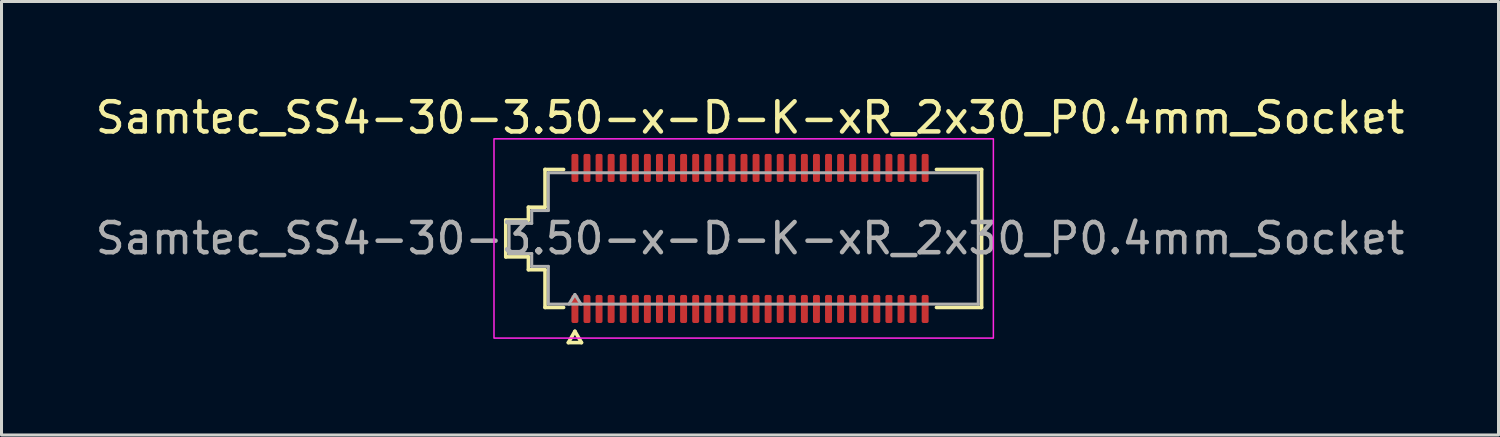
<source format=kicad_pcb>
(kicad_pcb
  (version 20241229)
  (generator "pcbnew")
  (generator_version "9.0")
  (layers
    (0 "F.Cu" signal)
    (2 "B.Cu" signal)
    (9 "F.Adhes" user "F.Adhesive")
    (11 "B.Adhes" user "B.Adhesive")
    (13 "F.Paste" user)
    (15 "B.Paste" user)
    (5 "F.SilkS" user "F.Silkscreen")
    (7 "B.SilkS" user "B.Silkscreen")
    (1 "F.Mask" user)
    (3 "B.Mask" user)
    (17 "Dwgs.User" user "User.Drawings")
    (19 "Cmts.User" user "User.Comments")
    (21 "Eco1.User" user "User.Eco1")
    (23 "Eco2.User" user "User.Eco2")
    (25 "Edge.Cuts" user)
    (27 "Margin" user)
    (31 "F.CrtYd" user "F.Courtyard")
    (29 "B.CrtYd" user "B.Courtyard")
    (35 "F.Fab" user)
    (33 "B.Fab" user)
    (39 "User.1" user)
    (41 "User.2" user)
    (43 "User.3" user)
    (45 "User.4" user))
  (footprint "Samtec_SS4-30-3.50-x-D-K-xR_2x30_P0.4mm_Socket"
    (layer "F.Cu")
    (at 21.792 4.848)
    (property "Reference" "Samtec_SS4-30-3.50-x-D-K-xR_2x30_P0.4mm_Socket" (at 0 -4 0) (layer "F.SilkS") (effects (font (size 1 1) (thickness 0.15))))
    (attr smd)
    (fp_line (start -8.09 -0.61) (end -7.34 -0.61) (stroke (width 0.12) (type solid)) (layer "F.SilkS"))
    (fp_line (start -8.09 0.61) (end -8.09 -0.61) (stroke (width 0.12) (type solid)) (layer "F.SilkS"))
    (fp_line (start -7.34 -1.035) (end -6.79 -1.035) (stroke (width 0.12) (type solid)) (layer "F.SilkS"))
    (fp_line (start -7.34 -0.61) (end -7.34 -1.035) (stroke (width 0.12) (type solid)) (layer "F.SilkS"))
    (fp_line (start -7.34 0.61) (end -8.09 0.61) (stroke (width 0.12) (type solid)) (layer "F.SilkS"))
    (fp_line (start -7.34 1.035) (end -7.34 0.61) (stroke (width 0.12) (type solid)) (layer "F.SilkS"))
    (fp_line (start -6.79 -2.285) (end -6.175 -2.285) (stroke (width 0.12) (type solid)) (layer "F.SilkS"))
    (fp_line (start -6.79 -1.035) (end -6.79 -2.285) (stroke (width 0.12) (type solid)) (layer "F.SilkS"))
    (fp_line (start -6.79 1.035) (end -7.34 1.035) (stroke (width 0.12) (type solid)) (layer "F.SilkS"))
    (fp_line (start -6.79 2.285) (end -6.79 1.035) (stroke (width 0.12) (type solid)) (layer "F.SilkS"))
    (fp_line (start -6.175 2.285) (end -6.79 2.285) (stroke (width 0.12) (type solid)) (layer "F.SilkS"))
    (fp_line (start -6.017 3.45) (end -5.8 3.075) (stroke (width 0.12) (type solid)) (layer "F.SilkS"))
    (fp_line (start -5.8 3.075) (end -5.583 3.45) (stroke (width 0.12) (type solid)) (layer "F.SilkS"))
    (fp_line (start -5.583 3.45) (end -6.017 3.45) (stroke (width 0.12) (type solid)) (layer "F.SilkS"))
    (fp_line (start 6.175 -2.285) (end 7.67 -2.285) (stroke (width 0.12) (type solid)) (layer "F.SilkS"))
    (fp_line (start 7.67 -2.285) (end 7.67 2.285) (stroke (width 0.12) (type solid)) (layer "F.SilkS"))
    (fp_line (start 7.67 2.285) (end 6.175 2.285) (stroke (width 0.12) (type solid)) (layer "F.SilkS"))
    (fp_rect (start -8.48 -3.3) (end 8.06 3.3) (stroke (width 0.05) (type solid)) (fill no) (layer "F.CrtYd"))
    (fp_line (start -7.98 -0.5) (end -7.23 -0.5) (stroke (width 0.1) (type solid)) (layer "F.Fab"))
    (fp_line (start -7.98 0.5) (end -7.98 -0.5) (stroke (width 0.1) (type solid)) (layer "F.Fab"))
    (fp_line (start -7.23 -0.925) (end -6.68 -0.925) (stroke (width 0.1) (type solid)) (layer "F.Fab"))
    (fp_line (start -7.23 -0.5) (end -7.23 -0.925) (stroke (width 0.1) (type solid)) (layer "F.Fab"))
    (fp_line (start -7.23 0.5) (end -7.98 0.5) (stroke (width 0.1) (type solid)) (layer "F.Fab"))
    (fp_line (start -7.23 0.925) (end -7.23 0.5) (stroke (width 0.1) (type solid)) (layer "F.Fab"))
    (fp_line (start -6.68 -2.175) (end 7.56 -2.175) (stroke (width 0.1) (type solid)) (layer "F.Fab"))
    (fp_line (start -6.68 -0.925) (end -6.68 -2.175) (stroke (width 0.1) (type solid)) (layer "F.Fab"))
    (fp_line (start -6.68 0.925) (end -7.23 0.925) (stroke (width 0.1) (type solid)) (layer "F.Fab"))
    (fp_line (start -6.68 2.175) (end -6.68 0.925) (stroke (width 0.1) (type solid)) (layer "F.Fab"))
    (fp_line (start -6 2.175) (end -5.8 1.855) (stroke (width 0.1) (type solid)) (layer "F.Fab"))
    (fp_line (start -5.8 1.855) (end -5.6 2.175) (stroke (width 0.1) (type solid)) (layer "F.Fab"))
    (fp_line (start 7.56 -2.175) (end 7.56 2.175) (stroke (width 0.1) (type solid)) (layer "F.Fab"))
    (fp_line (start 7.56 2.175) (end -6.68 2.175) (stroke (width 0.1) (type solid)) (layer "F.Fab"))
    (fp_text user "${REFERENCE}" (at 0 0 0) (layer "F.Fab") (effects (font (size 1 1) (thickness 0.15))))
    (pad "1" smd roundrect (at -5.8 2.335) (size 0.23 0.93) (layers "F.Cu" "F.Mask" "F.Paste") (roundrect_rratio 0.25))
    (pad "2" smd roundrect (at -5.8 -2.335) (size 0.23 0.93) (layers "F.Cu" "F.Mask" "F.Paste") (roundrect_rratio 0.25))
    (pad "3" smd roundrect (at -5.4 2.335) (size 0.23 0.93) (layers "F.Cu" "F.Mask" "F.Paste") (roundrect_rratio 0.25))
    (pad "4" smd roundrect (at -5.4 -2.335) (size 0.23 0.93) (layers "F.Cu" "F.Mask" "F.Paste") (roundrect_rratio 0.25))
    (pad "5" smd roundrect (at -5 2.335) (size 0.23 0.93) (layers "F.Cu" "F.Mask" "F.Paste") (roundrect_rratio 0.25))
    (pad "6" smd roundrect (at -5 -2.335) (size 0.23 0.93) (layers "F.Cu" "F.Mask" "F.Paste") (roundrect_rratio 0.25))
    (pad "7" smd roundrect (at -4.6 2.335) (size 0.23 0.93) (layers "F.Cu" "F.Mask" "F.Paste") (roundrect_rratio 0.25))
    (pad "8" smd roundrect (at -4.6 -2.335) (size 0.23 0.93) (layers "F.Cu" "F.Mask" "F.Paste") (roundrect_rratio 0.25))
    (pad "9" smd roundrect (at -4.2 2.335) (size 0.23 0.93) (layers "F.Cu" "F.Mask" "F.Paste") (roundrect_rratio 0.25))
    (pad "10" smd roundrect (at -4.2 -2.335) (size 0.23 0.93) (layers "F.Cu" "F.Mask" "F.Paste") (roundrect_rratio 0.25))
    (pad "11" smd roundrect (at -3.8 2.335) (size 0.23 0.93) (layers "F.Cu" "F.Mask" "F.Paste") (roundrect_rratio 0.25))
    (pad "12" smd roundrect (at -3.8 -2.335) (size 0.23 0.93) (layers "F.Cu" "F.Mask" "F.Paste") (roundrect_rratio 0.25))
    (pad "13" smd roundrect (at -3.4 2.335) (size 0.23 0.93) (layers "F.Cu" "F.Mask" "F.Paste") (roundrect_rratio 0.25))
    (pad "14" smd roundrect (at -3.4 -2.335) (size 0.23 0.93) (layers "F.Cu" "F.Mask" "F.Paste") (roundrect_rratio 0.25))
    (pad "15" smd roundrect (at -3 2.335) (size 0.23 0.93) (layers "F.Cu" "F.Mask" "F.Paste") (roundrect_rratio 0.25))
    (pad "16" smd roundrect (at -3 -2.335) (size 0.23 0.93) (layers "F.Cu" "F.Mask" "F.Paste") (roundrect_rratio 0.25))
    (pad "17" smd roundrect (at -2.6 2.335) (size 0.23 0.93) (layers "F.Cu" "F.Mask" "F.Paste") (roundrect_rratio 0.25))
    (pad "18" smd roundrect (at -2.6 -2.335) (size 0.23 0.93) (layers "F.Cu" "F.Mask" "F.Paste") (roundrect_rratio 0.25))
    (pad "19" smd roundrect (at -2.2 2.335) (size 0.23 0.93) (layers "F.Cu" "F.Mask" "F.Paste") (roundrect_rratio 0.25))
    (pad "20" smd roundrect (at -2.2 -2.335) (size 0.23 0.93) (layers "F.Cu" "F.Mask" "F.Paste") (roundrect_rratio 0.25))
    (pad "21" smd roundrect (at -1.8 2.335) (size 0.23 0.93) (layers "F.Cu" "F.Mask" "F.Paste") (roundrect_rratio 0.25))
    (pad "22" smd roundrect (at -1.8 -2.335) (size 0.23 0.93) (layers "F.Cu" "F.Mask" "F.Paste") (roundrect_rratio 0.25))
    (pad "23" smd roundrect (at -1.4 2.335) (size 0.23 0.93) (layers "F.Cu" "F.Mask" "F.Paste") (roundrect_rratio 0.25))
    (pad "24" smd roundrect (at -1.4 -2.335) (size 0.23 0.93) (layers "F.Cu" "F.Mask" "F.Paste") (roundrect_rratio 0.25))
    (pad "25" smd roundrect (at -1 2.335) (size 0.23 0.93) (layers "F.Cu" "F.Mask" "F.Paste") (roundrect_rratio 0.25))
    (pad "26" smd roundrect (at -1 -2.335) (size 0.23 0.93) (layers "F.Cu" "F.Mask" "F.Paste") (roundrect_rratio 0.25))
    (pad "27" smd roundrect (at -0.6 2.335) (size 0.23 0.93) (layers "F.Cu" "F.Mask" "F.Paste") (roundrect_rratio 0.25))
    (pad "28" smd roundrect (at -0.6 -2.335) (size 0.23 0.93) (layers "F.Cu" "F.Mask" "F.Paste") (roundrect_rratio 0.25))
    (pad "29" smd roundrect (at -0.2 2.335) (size 0.23 0.93) (layers "F.Cu" "F.Mask" "F.Paste") (roundrect_rratio 0.25))
    (pad "30" smd roundrect (at -0.2 -2.335) (size 0.23 0.93) (layers "F.Cu" "F.Mask" "F.Paste") (roundrect_rratio 0.25))
    (pad "31" smd roundrect (at 0.2 2.335) (size 0.23 0.93) (layers "F.Cu" "F.Mask" "F.Paste") (roundrect_rratio 0.25))
    (pad "32" smd roundrect (at 0.2 -2.335) (size 0.23 0.93) (layers "F.Cu" "F.Mask" "F.Paste") (roundrect_rratio 0.25))
    (pad "33" smd roundrect (at 0.6 2.335) (size 0.23 0.93) (layers "F.Cu" "F.Mask" "F.Paste") (roundrect_rratio 0.25))
    (pad "34" smd roundrect (at 0.6 -2.335) (size 0.23 0.93) (layers "F.Cu" "F.Mask" "F.Paste") (roundrect_rratio 0.25))
    (pad "35" smd roundrect (at 1 2.335) (size 0.23 0.93) (layers "F.Cu" "F.Mask" "F.Paste") (roundrect_rratio 0.25))
    (pad "36" smd roundrect (at 1 -2.335) (size 0.23 0.93) (layers "F.Cu" "F.Mask" "F.Paste") (roundrect_rratio 0.25))
    (pad "37" smd roundrect (at 1.4 2.335) (size 0.23 0.93) (layers "F.Cu" "F.Mask" "F.Paste") (roundrect_rratio 0.25))
    (pad "38" smd roundrect (at 1.4 -2.335) (size 0.23 0.93) (layers "F.Cu" "F.Mask" "F.Paste") (roundrect_rratio 0.25))
    (pad "39" smd roundrect (at 1.8 2.335) (size 0.23 0.93) (layers "F.Cu" "F.Mask" "F.Paste") (roundrect_rratio 0.25))
    (pad "40" smd roundrect (at 1.8 -2.335) (size 0.23 0.93) (layers "F.Cu" "F.Mask" "F.Paste") (roundrect_rratio 0.25))
    (pad "41" smd roundrect (at 2.2 2.335) (size 0.23 0.93) (layers "F.Cu" "F.Mask" "F.Paste") (roundrect_rratio 0.25))
    (pad "42" smd roundrect (at 2.2 -2.335) (size 0.23 0.93) (layers "F.Cu" "F.Mask" "F.Paste") (roundrect_rratio 0.25))
    (pad "43" smd roundrect (at 2.6 2.335) (size 0.23 0.93) (layers "F.Cu" "F.Mask" "F.Paste") (roundrect_rratio 0.25))
    (pad "44" smd roundrect (at 2.6 -2.335) (size 0.23 0.93) (layers "F.Cu" "F.Mask" "F.Paste") (roundrect_rratio 0.25))
    (pad "45" smd roundrect (at 3 2.335) (size 0.23 0.93) (layers "F.Cu" "F.Mask" "F.Paste") (roundrect_rratio 0.25))
    (pad "46" smd roundrect (at 3 -2.335) (size 0.23 0.93) (layers "F.Cu" "F.Mask" "F.Paste") (roundrect_rratio 0.25))
    (pad "47" smd roundrect (at 3.4 2.335) (size 0.23 0.93) (layers "F.Cu" "F.Mask" "F.Paste") (roundrect_rratio 0.25))
    (pad "48" smd roundrect (at 3.4 -2.335) (size 0.23 0.93) (layers "F.Cu" "F.Mask" "F.Paste") (roundrect_rratio 0.25))
    (pad "49" smd roundrect (at 3.8 2.335) (size 0.23 0.93) (layers "F.Cu" "F.Mask" "F.Paste") (roundrect_rratio 0.25))
    (pad "50" smd roundrect (at 3.8 -2.335) (size 0.23 0.93) (layers "F.Cu" "F.Mask" "F.Paste") (roundrect_rratio 0.25))
    (pad "51" smd roundrect (at 4.2 2.335) (size 0.23 0.93) (layers "F.Cu" "F.Mask" "F.Paste") (roundrect_rratio 0.25))
    (pad "52" smd roundrect (at 4.2 -2.335) (size 0.23 0.93) (layers "F.Cu" "F.Mask" "F.Paste") (roundrect_rratio 0.25))
    (pad "53" smd roundrect (at 4.6 2.335) (size 0.23 0.93) (layers "F.Cu" "F.Mask" "F.Paste") (roundrect_rratio 0.25))
    (pad "54" smd roundrect (at 4.6 -2.335) (size 0.23 0.93) (layers "F.Cu" "F.Mask" "F.Paste") (roundrect_rratio 0.25))
    (pad "55" smd roundrect (at 5 2.335) (size 0.23 0.93) (layers "F.Cu" "F.Mask" "F.Paste") (roundrect_rratio 0.25))
    (pad "56" smd roundrect (at 5 -2.335) (size 0.23 0.93) (layers "F.Cu" "F.Mask" "F.Paste") (roundrect_rratio 0.25))
    (pad "57" smd roundrect (at 5.4 2.335) (size 0.23 0.93) (layers "F.Cu" "F.Mask" "F.Paste") (roundrect_rratio 0.25))
    (pad "58" smd roundrect (at 5.4 -2.335) (size 0.23 0.93) (layers "F.Cu" "F.Mask" "F.Paste") (roundrect_rratio 0.25))
    (pad "59" smd roundrect (at 5.8 2.335) (size 0.23 0.93) (layers "F.Cu" "F.Mask" "F.Paste") (roundrect_rratio 0.25))
    (pad "60" smd roundrect (at 5.8 -2.335) (size 0.23 0.93) (layers "F.Cu" "F.Mask" "F.Paste") (roundrect_rratio 0.25)))
  (gr_rect
    (start -3 -3)
    (end 46.583 11.358)
    (stroke (width 0.1) (type default))
    (fill no)
    (layer "Edge.Cuts")))
</source>
